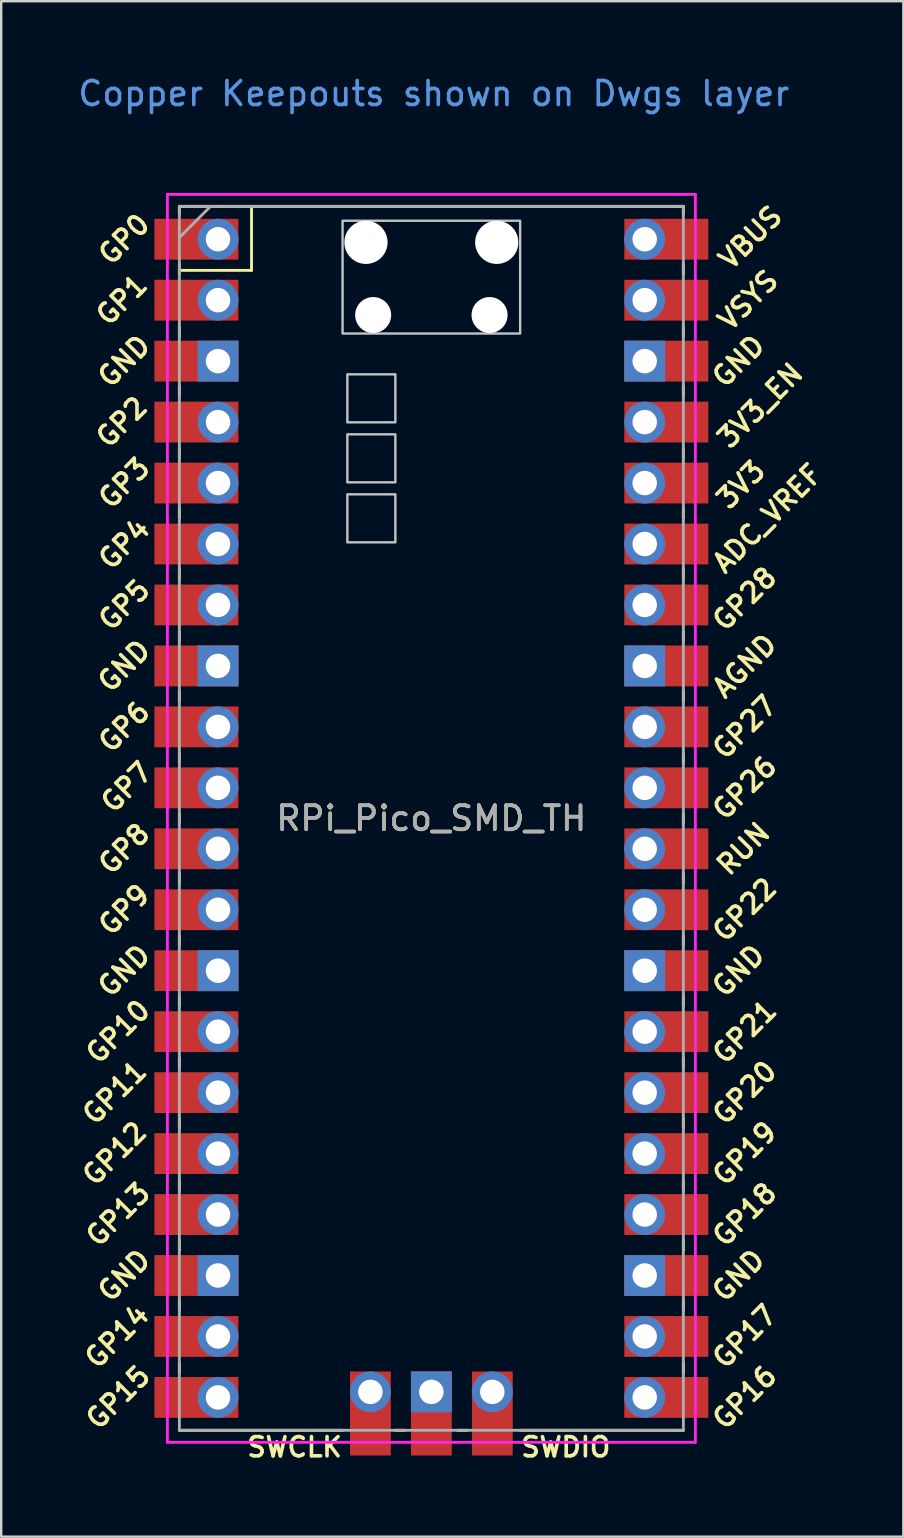
<source format=kicad_pcb>
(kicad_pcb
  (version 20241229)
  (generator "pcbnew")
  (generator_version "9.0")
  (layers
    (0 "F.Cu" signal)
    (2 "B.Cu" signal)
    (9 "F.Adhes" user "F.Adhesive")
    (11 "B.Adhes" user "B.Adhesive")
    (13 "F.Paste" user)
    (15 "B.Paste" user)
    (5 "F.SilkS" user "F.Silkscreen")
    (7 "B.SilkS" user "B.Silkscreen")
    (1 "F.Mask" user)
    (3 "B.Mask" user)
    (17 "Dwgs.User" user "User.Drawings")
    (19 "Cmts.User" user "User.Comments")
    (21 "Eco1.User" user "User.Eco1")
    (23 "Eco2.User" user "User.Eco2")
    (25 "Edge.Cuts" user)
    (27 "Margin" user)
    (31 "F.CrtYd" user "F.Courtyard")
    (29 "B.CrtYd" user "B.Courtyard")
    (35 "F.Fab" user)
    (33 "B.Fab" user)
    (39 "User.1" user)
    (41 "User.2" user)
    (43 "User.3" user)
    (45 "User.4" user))
  (footprint "RPi_Pico_SMD_TH"
    (layer "F.Cu")
    (at 14.924 31.048)
    (property "Reference" "RPi_Pico_SMD_TH" (at 0 0 0) (layer "F.SilkS") (effects (font (size 1 1) (thickness 0.15))))
    (attr through_hole)
    (fp_line (start -10.5 -25.5) (end -10.5 -25.2) (stroke (width 0.12) (type solid)) (layer "F.SilkS"))
    (fp_line (start -10.5 -25.5) (end 10.5 -25.5) (stroke (width 0.12) (type solid)) (layer "F.SilkS"))
    (fp_line (start -10.5 -23.1) (end -10.5 -22.7) (stroke (width 0.12) (type solid)) (layer "F.SilkS"))
    (fp_line (start -10.5 -22.833) (end -7.493 -22.833) (stroke (width 0.12) (type solid)) (layer "F.SilkS"))
    (fp_line (start -10.5 -20.5) (end -10.5 -20.1) (stroke (width 0.12) (type solid)) (layer "F.SilkS"))
    (fp_line (start -10.5 -18) (end -10.5 -17.6) (stroke (width 0.12) (type solid)) (layer "F.SilkS"))
    (fp_line (start -10.5 -15.4) (end -10.5 -15) (stroke (width 0.12) (type solid)) (layer "F.SilkS"))
    (fp_line (start -10.5 -12.9) (end -10.5 -12.5) (stroke (width 0.12) (type solid)) (layer "F.SilkS"))
    (fp_line (start -10.5 -10.4) (end -10.5 -10) (stroke (width 0.12) (type solid)) (layer "F.SilkS"))
    (fp_line (start -10.5 -7.8) (end -10.5 -7.4) (stroke (width 0.12) (type solid)) (layer "F.SilkS"))
    (fp_line (start -10.5 -5.3) (end -10.5 -4.9) (stroke (width 0.12) (type solid)) (layer "F.SilkS"))
    (fp_line (start -10.5 -2.7) (end -10.5 -2.3) (stroke (width 0.12) (type solid)) (layer "F.SilkS"))
    (fp_line (start -10.5 -0.2) (end -10.5 0.2) (stroke (width 0.12) (type solid)) (layer "F.SilkS"))
    (fp_line (start -10.5 2.3) (end -10.5 2.7) (stroke (width 0.12) (type solid)) (layer "F.SilkS"))
    (fp_line (start -10.5 4.9) (end -10.5 5.3) (stroke (width 0.12) (type solid)) (layer "F.SilkS"))
    (fp_line (start -10.5 7.4) (end -10.5 7.8) (stroke (width 0.12) (type solid)) (layer "F.SilkS"))
    (fp_line (start -10.5 10) (end -10.5 10.4) (stroke (width 0.12) (type solid)) (layer "F.SilkS"))
    (fp_line (start -10.5 12.5) (end -10.5 12.9) (stroke (width 0.12) (type solid)) (layer "F.SilkS"))
    (fp_line (start -10.5 15.1) (end -10.5 15.5) (stroke (width 0.12) (type solid)) (layer "F.SilkS"))
    (fp_line (start -10.5 17.6) (end -10.5 18) (stroke (width 0.12) (type solid)) (layer "F.SilkS"))
    (fp_line (start -10.5 20.1) (end -10.5 20.5) (stroke (width 0.12) (type solid)) (layer "F.SilkS"))
    (fp_line (start -10.5 22.7) (end -10.5 23.1) (stroke (width 0.12) (type solid)) (layer "F.SilkS"))
    (fp_line (start -7.493 -22.833) (end -7.493 -25.5) (stroke (width 0.12) (type solid)) (layer "F.SilkS"))
    (fp_line (start -3.7 25.5) (end -10.5 25.5) (stroke (width 0.12) (type solid)) (layer "F.SilkS"))
    (fp_line (start -1.5 25.5) (end -1.1 25.5) (stroke (width 0.12) (type solid)) (layer "F.SilkS"))
    (fp_line (start 1.1 25.5) (end 1.5 25.5) (stroke (width 0.12) (type solid)) (layer "F.SilkS"))
    (fp_line (start 10.5 -25.5) (end 10.5 -25.2) (stroke (width 0.12) (type solid)) (layer "F.SilkS"))
    (fp_line (start 10.5 -23.1) (end 10.5 -22.7) (stroke (width 0.12) (type solid)) (layer "F.SilkS"))
    (fp_line (start 10.5 -20.5) (end 10.5 -20.1) (stroke (width 0.12) (type solid)) (layer "F.SilkS"))
    (fp_line (start 10.5 -18) (end 10.5 -17.6) (stroke (width 0.12) (type solid)) (layer "F.SilkS"))
    (fp_line (start 10.5 -15.4) (end 10.5 -15) (stroke (width 0.12) (type solid)) (layer "F.SilkS"))
    (fp_line (start 10.5 -12.9) (end 10.5 -12.5) (stroke (width 0.12) (type solid)) (layer "F.SilkS"))
    (fp_line (start 10.5 -10.4) (end 10.5 -10) (stroke (width 0.12) (type solid)) (layer "F.SilkS"))
    (fp_line (start 10.5 -7.8) (end 10.5 -7.4) (stroke (width 0.12) (type solid)) (layer "F.SilkS"))
    (fp_line (start 10.5 -5.3) (end 10.5 -4.9) (stroke (width 0.12) (type solid)) (layer "F.SilkS"))
    (fp_line (start 10.5 -2.7) (end 10.5 -2.3) (stroke (width 0.12) (type solid)) (layer "F.SilkS"))
    (fp_line (start 10.5 -0.2) (end 10.5 0.2) (stroke (width 0.12) (type solid)) (layer "F.SilkS"))
    (fp_line (start 10.5 2.3) (end 10.5 2.7) (stroke (width 0.12) (type solid)) (layer "F.SilkS"))
    (fp_line (start 10.5 4.9) (end 10.5 5.3) (stroke (width 0.12) (type solid)) (layer "F.SilkS"))
    (fp_line (start 10.5 7.4) (end 10.5 7.8) (stroke (width 0.12) (type solid)) (layer "F.SilkS"))
    (fp_line (start 10.5 10) (end 10.5 10.4) (stroke (width 0.12) (type solid)) (layer "F.SilkS"))
    (fp_line (start 10.5 12.5) (end 10.5 12.9) (stroke (width 0.12) (type solid)) (layer "F.SilkS"))
    (fp_line (start 10.5 15.1) (end 10.5 15.5) (stroke (width 0.12) (type solid)) (layer "F.SilkS"))
    (fp_line (start 10.5 17.6) (end 10.5 18) (stroke (width 0.12) (type solid)) (layer "F.SilkS"))
    (fp_line (start 10.5 20.1) (end 10.5 20.5) (stroke (width 0.12) (type solid)) (layer "F.SilkS"))
    (fp_line (start 10.5 22.7) (end 10.5 23.1) (stroke (width 0.12) (type solid)) (layer "F.SilkS"))
    (fp_line (start 10.5 25.5) (end 3.7 25.5) (stroke (width 0.12) (type solid)) (layer "F.SilkS"))
    (fp_poly (pts (xy -1.5 -16.5) (xy -3.5 -16.5) (xy -3.5 -18.5) (xy -1.5 -18.5)) (stroke (width 0.1) (type solid)) (fill no) (layer "Dwgs.User"))
    (fp_poly (pts (xy -1.5 -14) (xy -3.5 -14) (xy -3.5 -16) (xy -1.5 -16)) (stroke (width 0.1) (type solid)) (fill no) (layer "Dwgs.User"))
    (fp_poly (pts (xy -1.5 -11.5) (xy -3.5 -11.5) (xy -3.5 -13.5) (xy -1.5 -13.5)) (stroke (width 0.1) (type solid)) (fill no) (layer "Dwgs.User"))
    (fp_poly (pts (xy 3.7 -20.2) (xy -3.7 -20.2) (xy -3.7 -24.9) (xy 3.7 -24.9)) (stroke (width 0.1) (type solid)) (fill no) (layer "Dwgs.User"))
    (fp_line (start -11 -26) (end 11 -26) (stroke (width 0.12) (type solid)) (layer "F.CrtYd"))
    (fp_line (start -11 26) (end -11 -26) (stroke (width 0.12) (type solid)) (layer "F.CrtYd"))
    (fp_line (start 11 -26) (end 11 26) (stroke (width 0.12) (type solid)) (layer "F.CrtYd"))
    (fp_line (start 11 26) (end -11 26) (stroke (width 0.12) (type solid)) (layer "F.CrtYd"))
    (fp_line (start -10.5 -25.5) (end 10.5 -25.5) (stroke (width 0.12) (type solid)) (layer "F.Fab"))
    (fp_line (start -10.5 -24.2) (end -9.2 -25.5) (stroke (width 0.12) (type solid)) (layer "F.Fab"))
    (fp_line (start -10.5 25.5) (end -10.5 -25.5) (stroke (width 0.12) (type solid)) (layer "F.Fab"))
    (fp_line (start 10.5 -25.5) (end 10.5 25.5) (stroke (width 0.12) (type solid)) (layer "F.Fab"))
    (fp_line (start 10.5 25.5) (end -10.5 25.5) (stroke (width 0.12) (type solid)) (layer "F.Fab"))
    (fp_text user "GP21" (at 13.054 8.9 45) (layer "F.SilkS") (effects (font (size 0.8 0.8) (thickness 0.15))))
    (fp_text user "GND" (at -12.8 19.05 45) (layer "F.SilkS") (effects (font (size 0.8 0.8) (thickness 0.15))))
    (fp_text user "GND" (at -12.8 -6.35 45) (layer "F.SilkS") (effects (font (size 0.8 0.8) (thickness 0.15))))
    (fp_text user "AGND" (at 13.054 -6.35 45) (layer "F.SilkS") (effects (font (size 0.8 0.8) (thickness 0.15))))
    (fp_text user "GP16" (at 13.054 24.13 45) (layer "F.SilkS") (effects (font (size 0.8 0.8) (thickness 0.15))))
    (fp_text user "VBUS" (at 13.3 -24.2 45) (layer "F.SilkS") (effects (font (size 0.8 0.8) (thickness 0.15))))
    (fp_text user "SWCLK" (at -5.7 26.2 0) (layer "F.SilkS") (effects (font (size 0.8 0.8) (thickness 0.15))))
    (fp_text user "GP11" (at -13.2 11.43 45) (layer "F.SilkS") (effects (font (size 0.8 0.8) (thickness 0.15))))
    (fp_text user "GP18" (at 13.054 16.51 45) (layer "F.SilkS") (effects (font (size 0.8 0.8) (thickness 0.15))))
    (fp_text user "3V3_EN" (at 13.7 -17.2 45) (layer "F.SilkS") (effects (font (size 0.8 0.8) (thickness 0.15))))
    (fp_text user "GP9" (at -12.8 3.81 45) (layer "F.SilkS") (effects (font (size 0.8 0.8) (thickness 0.15))))
    (fp_text user "ADC_VREF" (at 14 -12.5 45) (layer "F.SilkS") (effects (font (size 0.8 0.8) (thickness 0.15))))
    (fp_text user "GP12" (at -13.2 13.97 45) (layer "F.SilkS") (effects (font (size 0.8 0.8) (thickness 0.15))))
    (fp_text user "GND" (at -12.8 -19.05 45) (layer "F.SilkS") (effects (font (size 0.8 0.8) (thickness 0.15))))
    (fp_text user "GND" (at 12.8 6.35 45) (layer "F.SilkS") (effects (font (size 0.8 0.8) (thickness 0.15))))
    (fp_text user "GP28" (at 13.054 -9.144 45) (layer "F.SilkS") (effects (font (size 0.8 0.8) (thickness 0.15))))
    (fp_text user "GP7" (at -12.7 -1.3 45) (layer "F.SilkS") (effects (font (size 0.8 0.8) (thickness 0.15))))
    (fp_text user "GP19" (at 13.054 13.97 45) (layer "F.SilkS") (effects (font (size 0.8 0.8) (thickness 0.15))))
    (fp_text user "GP3" (at -12.8 -13.97 45) (layer "F.SilkS") (effects (font (size 0.8 0.8) (thickness 0.15))))
    (fp_text user "GP20" (at 13.054 11.43 45) (layer "F.SilkS") (effects (font (size 0.8 0.8) (thickness 0.15))))
    (fp_text user "SWDIO" (at 5.6 26.2 0) (layer "F.SilkS") (effects (font (size 0.8 0.8) (thickness 0.15))))
    (fp_text user "GP17" (at 13.054 21.59 45) (layer "F.SilkS") (effects (font (size 0.8 0.8) (thickness 0.15))))
    (fp_text user "GP4" (at -12.8 -11.43 45) (layer "F.SilkS") (effects (font (size 0.8 0.8) (thickness 0.15))))
    (fp_text user "GP13" (at -13.054 16.51 45) (layer "F.SilkS") (effects (font (size 0.8 0.8) (thickness 0.15))))
    (fp_text user "GP10" (at -13.054 8.89 45) (layer "F.SilkS") (effects (font (size 0.8 0.8) (thickness 0.15))))
    (fp_text user "GP22" (at 13.054 3.81 45) (layer "F.SilkS") (effects (font (size 0.8 0.8) (thickness 0.15))))
    (fp_text user "GP2" (at -12.9 -16.51 45) (layer "F.SilkS") (effects (font (size 0.8 0.8) (thickness 0.15))))
    (fp_text user "GND" (at -12.8 6.35 45) (layer "F.SilkS") (effects (font (size 0.8 0.8) (thickness 0.15))))
    (fp_text user "GP0" (at -12.8 -24.13 45) (layer "F.SilkS") (effects (font (size 0.8 0.8) (thickness 0.15))))
    (fp_text user "GP27" (at 13.054 -3.8 45) (layer "F.SilkS") (effects (font (size 0.8 0.8) (thickness 0.15))))
    (fp_text user "GP6" (at -12.8 -3.81 45) (layer "F.SilkS") (effects (font (size 0.8 0.8) (thickness 0.15))))
    (fp_text user "3V3" (at 12.9 -13.9 45) (layer "F.SilkS") (effects (font (size 0.8 0.8) (thickness 0.15))))
    (fp_text user "GND" (at 12.8 19.05 45) (layer "F.SilkS") (effects (font (size 0.8 0.8) (thickness 0.15))))
    (fp_text user "GP1" (at -12.9 -21.6 45) (layer "F.SilkS") (effects (font (size 0.8 0.8) (thickness 0.15))))
    (fp_text user "GP14" (at -13.1 21.59 45) (layer "F.SilkS") (effects (font (size 0.8 0.8) (thickness 0.15))))
    (fp_text user "GND" (at 12.8 -19.05 45) (layer "F.SilkS") (effects (font (size 0.8 0.8) (thickness 0.15))))
    (fp_text user "GP8" (at -12.8 1.27 45) (layer "F.SilkS") (effects (font (size 0.8 0.8) (thickness 0.15))))
    (fp_text user "VSYS" (at 13.2 -21.59 45) (layer "F.SilkS") (effects (font (size 0.8 0.8) (thickness 0.15))))
    (fp_text user "GP26" (at 13.054 -1.27 45) (layer "F.SilkS") (effects (font (size 0.8 0.8) (thickness 0.15))))
    (fp_text user "GP15" (at -13.054 24.13 45) (layer "F.SilkS") (effects (font (size 0.8 0.8) (thickness 0.15))))
    (fp_text user "GP5" (at -12.8 -8.89 45) (layer "F.SilkS") (effects (font (size 0.8 0.8) (thickness 0.15))))
    (fp_text user "RUN" (at 13 1.27 45) (layer "F.SilkS") (effects (font (size 0.8 0.8) (thickness 0.15))))
    (fp_text user "Copper Keepouts shown on Dwgs layer" (at 0.1 -30.2 0) (layer "Cmts.User") (effects (font (size 1 1) (thickness 0.15))))
    (fp_text user "${REFERENCE}" (at 0 0 180) (layer "F.Fab") (effects (font (size 1 1) (thickness 0.15))))
    (pad "" np_thru_hole oval (at -2.725 -24) (size 1.8 1.8) (drill 1.8) (layers "*.Cu" "*.Mask"))
    (pad "" np_thru_hole oval (at -2.425 -20.97) (size 1.5 1.5) (drill 1.5) (layers "*.Cu" "*.Mask"))
    (pad "" np_thru_hole oval (at 2.425 -20.97) (size 1.5 1.5) (drill 1.5) (layers "*.Cu" "*.Mask"))
    (pad "" np_thru_hole oval (at 2.725 -24) (size 1.8 1.8) (drill 1.8) (layers "*.Cu" "*.Mask"))
    (pad "1" thru_hole oval (at -8.89 -24.13) (size 1.7 1.7) (drill 1.02) (layers "*.Cu" "*.Mask"))
    (pad "1" smd rect (at -8.89 -24.13) (size 3.5 1.7) (drill (offset -0.9 0)) (layers "F.Cu" "F.Mask"))
    (pad "2" thru_hole oval (at -8.89 -21.59) (size 1.7 1.7) (drill 1.02) (layers "*.Cu" "*.Mask"))
    (pad "2" smd rect (at -8.89 -21.59) (size 3.5 1.7) (drill (offset -0.9 0)) (layers "F.Cu" "F.Mask"))
    (pad "3" thru_hole rect (at -8.89 -19.05) (size 1.7 1.7) (drill 1.02) (layers "*.Cu" "*.Mask"))
    (pad "3" smd rect (at -8.89 -19.05) (size 3.5 1.7) (drill (offset -0.9 0)) (layers "F.Cu" "F.Mask"))
    (pad "4" thru_hole oval (at -8.89 -16.51) (size 1.7 1.7) (drill 1.02) (layers "*.Cu" "*.Mask"))
    (pad "4" smd rect (at -8.89 -16.51) (size 3.5 1.7) (drill (offset -0.9 0)) (layers "F.Cu" "F.Mask"))
    (pad "5" thru_hole oval (at -8.89 -13.97) (size 1.7 1.7) (drill 1.02) (layers "*.Cu" "*.Mask"))
    (pad "5" smd rect (at -8.89 -13.97) (size 3.5 1.7) (drill (offset -0.9 0)) (layers "F.Cu" "F.Mask"))
    (pad "6" thru_hole oval (at -8.89 -11.43) (size 1.7 1.7) (drill 1.02) (layers "*.Cu" "*.Mask"))
    (pad "6" smd rect (at -8.89 -11.43) (size 3.5 1.7) (drill (offset -0.9 0)) (layers "F.Cu" "F.Mask"))
    (pad "7" thru_hole oval (at -8.89 -8.89) (size 1.7 1.7) (drill 1.02) (layers "*.Cu" "*.Mask"))
    (pad "7" smd rect (at -8.89 -8.89) (size 3.5 1.7) (drill (offset -0.9 0)) (layers "F.Cu" "F.Mask"))
    (pad "8" thru_hole rect (at -8.89 -6.35) (size 1.7 1.7) (drill 1.02) (layers "*.Cu" "*.Mask"))
    (pad "8" smd rect (at -8.89 -6.35) (size 3.5 1.7) (drill (offset -0.9 0)) (layers "F.Cu" "F.Mask"))
    (pad "9" thru_hole oval (at -8.89 -3.81) (size 1.7 1.7) (drill 1.02) (layers "*.Cu" "*.Mask"))
    (pad "9" smd rect (at -8.89 -3.81) (size 3.5 1.7) (drill (offset -0.9 0)) (layers "F.Cu" "F.Mask"))
    (pad "10" thru_hole oval (at -8.89 -1.27) (size 1.7 1.7) (drill 1.02) (layers "*.Cu" "*.Mask"))
    (pad "10" smd rect (at -8.89 -1.27) (size 3.5 1.7) (drill (offset -0.9 0)) (layers "F.Cu" "F.Mask"))
    (pad "11" thru_hole oval (at -8.89 1.27) (size 1.7 1.7) (drill 1.02) (layers "*.Cu" "*.Mask"))
    (pad "11" smd rect (at -8.89 1.27) (size 3.5 1.7) (drill (offset -0.9 0)) (layers "F.Cu" "F.Mask"))
    (pad "12" thru_hole oval (at -8.89 3.81) (size 1.7 1.7) (drill 1.02) (layers "*.Cu" "*.Mask"))
    (pad "12" smd rect (at -8.89 3.81) (size 3.5 1.7) (drill (offset -0.9 0)) (layers "F.Cu" "F.Mask"))
    (pad "13" thru_hole rect (at -8.89 6.35) (size 1.7 1.7) (drill 1.02) (layers "*.Cu" "*.Mask"))
    (pad "13" smd rect (at -8.89 6.35) (size 3.5 1.7) (drill (offset -0.9 0)) (layers "F.Cu" "F.Mask"))
    (pad "14" thru_hole oval (at -8.89 8.89) (size 1.7 1.7) (drill 1.02) (layers "*.Cu" "*.Mask"))
    (pad "14" smd rect (at -8.89 8.89) (size 3.5 1.7) (drill (offset -0.9 0)) (layers "F.Cu" "F.Mask"))
    (pad "15" thru_hole oval (at -8.89 11.43) (size 1.7 1.7) (drill 1.02) (layers "*.Cu" "*.Mask"))
    (pad "15" smd rect (at -8.89 11.43) (size 3.5 1.7) (drill (offset -0.9 0)) (layers "F.Cu" "F.Mask"))
    (pad "16" thru_hole oval (at -8.89 13.97) (size 1.7 1.7) (drill 1.02) (layers "*.Cu" "*.Mask"))
    (pad "16" smd rect (at -8.89 13.97) (size 3.5 1.7) (drill (offset -0.9 0)) (layers "F.Cu" "F.Mask"))
    (pad "17" thru_hole oval (at -8.89 16.51) (size 1.7 1.7) (drill 1.02) (layers "*.Cu" "*.Mask"))
    (pad "17" smd rect (at -8.89 16.51) (size 3.5 1.7) (drill (offset -0.9 0)) (layers "F.Cu" "F.Mask"))
    (pad "18" thru_hole rect (at -8.89 19.05) (size 1.7 1.7) (drill 1.02) (layers "*.Cu" "*.Mask"))
    (pad "18" smd rect (at -8.89 19.05) (size 3.5 1.7) (drill (offset -0.9 0)) (layers "F.Cu" "F.Mask"))
    (pad "19" thru_hole oval (at -8.89 21.59) (size 1.7 1.7) (drill 1.02) (layers "*.Cu" "*.Mask"))
    (pad "19" smd rect (at -8.89 21.59) (size 3.5 1.7) (drill (offset -0.9 0)) (layers "F.Cu" "F.Mask"))
    (pad "20" thru_hole oval (at -8.89 24.13) (size 1.7 1.7) (drill 1.02) (layers "*.Cu" "*.Mask"))
    (pad "20" smd rect (at -8.89 24.13) (size 3.5 1.7) (drill (offset -0.9 0)) (layers "F.Cu" "F.Mask"))
    (pad "21" thru_hole oval (at 8.89 24.13) (size 1.7 1.7) (drill 1.02) (layers "*.Cu" "*.Mask"))
    (pad "21" smd rect (at 8.89 24.13) (size 3.5 1.7) (drill (offset 0.9 0)) (layers "F.Cu" "F.Mask"))
    (pad "22" thru_hole oval (at 8.89 21.59) (size 1.7 1.7) (drill 1.02) (layers "*.Cu" "*.Mask"))
    (pad "22" smd rect (at 8.89 21.59) (size 3.5 1.7) (drill (offset 0.9 0)) (layers "F.Cu" "F.Mask"))
    (pad "23" thru_hole rect (at 8.89 19.05) (size 1.7 1.7) (drill 1.02) (layers "*.Cu" "*.Mask"))
    (pad "23" smd rect (at 8.89 19.05) (size 3.5 1.7) (drill (offset 0.9 0)) (layers "F.Cu" "F.Mask"))
    (pad "24" thru_hole oval (at 8.89 16.51) (size 1.7 1.7) (drill 1.02) (layers "*.Cu" "*.Mask"))
    (pad "24" smd rect (at 8.89 16.51) (size 3.5 1.7) (drill (offset 0.9 0)) (layers "F.Cu" "F.Mask"))
    (pad "25" thru_hole oval (at 8.89 13.97) (size 1.7 1.7) (drill 1.02) (layers "*.Cu" "*.Mask"))
    (pad "25" smd rect (at 8.89 13.97) (size 3.5 1.7) (drill (offset 0.9 0)) (layers "F.Cu" "F.Mask"))
    (pad "26" thru_hole oval (at 8.89 11.43) (size 1.7 1.7) (drill 1.02) (layers "*.Cu" "*.Mask"))
    (pad "26" smd rect (at 8.89 11.43) (size 3.5 1.7) (drill (offset 0.9 0)) (layers "F.Cu" "F.Mask"))
    (pad "27" thru_hole oval (at 8.89 8.89) (size 1.7 1.7) (drill 1.02) (layers "*.Cu" "*.Mask"))
    (pad "27" smd rect (at 8.89 8.89) (size 3.5 1.7) (drill (offset 0.9 0)) (layers "F.Cu" "F.Mask"))
    (pad "28" thru_hole rect (at 8.89 6.35) (size 1.7 1.7) (drill 1.02) (layers "*.Cu" "*.Mask"))
    (pad "28" smd rect (at 8.89 6.35) (size 3.5 1.7) (drill (offset 0.9 0)) (layers "F.Cu" "F.Mask"))
    (pad "29" thru_hole oval (at 8.89 3.81) (size 1.7 1.7) (drill 1.02) (layers "*.Cu" "*.Mask"))
    (pad "29" smd rect (at 8.89 3.81) (size 3.5 1.7) (drill (offset 0.9 0)) (layers "F.Cu" "F.Mask"))
    (pad "30" thru_hole oval (at 8.89 1.27) (size 1.7 1.7) (drill 1.02) (layers "*.Cu" "*.Mask"))
    (pad "30" smd rect (at 8.89 1.27) (size 3.5 1.7) (drill (offset 0.9 0)) (layers "F.Cu" "F.Mask"))
    (pad "31" thru_hole oval (at 8.89 -1.27) (size 1.7 1.7) (drill 1.02) (layers "*.Cu" "*.Mask"))
    (pad "31" smd rect (at 8.89 -1.27) (size 3.5 1.7) (drill (offset 0.9 0)) (layers "F.Cu" "F.Mask"))
    (pad "32" thru_hole oval (at 8.89 -3.81) (size 1.7 1.7) (drill 1.02) (layers "*.Cu" "*.Mask"))
    (pad "32" smd rect (at 8.89 -3.81) (size 3.5 1.7) (drill (offset 0.9 0)) (layers "F.Cu" "F.Mask"))
    (pad "33" thru_hole rect (at 8.89 -6.35) (size 1.7 1.7) (drill 1.02) (layers "*.Cu" "*.Mask"))
    (pad "33" smd rect (at 8.89 -6.35) (size 3.5 1.7) (drill (offset 0.9 0)) (layers "F.Cu" "F.Mask"))
    (pad "34" thru_hole oval (at 8.89 -8.89) (size 1.7 1.7) (drill 1.02) (layers "*.Cu" "*.Mask"))
    (pad "34" smd rect (at 8.89 -8.89) (size 3.5 1.7) (drill (offset 0.9 0)) (layers "F.Cu" "F.Mask"))
    (pad "35" thru_hole oval (at 8.89 -11.43) (size 1.7 1.7) (drill 1.02) (layers "*.Cu" "*.Mask"))
    (pad "35" smd rect (at 8.89 -11.43) (size 3.5 1.7) (drill (offset 0.9 0)) (layers "F.Cu" "F.Mask"))
    (pad "36" thru_hole oval (at 8.89 -13.97) (size 1.7 1.7) (drill 1.02) (layers "*.Cu" "*.Mask"))
    (pad "36" smd rect (at 8.89 -13.97) (size 3.5 1.7) (drill (offset 0.9 0)) (layers "F.Cu" "F.Mask"))
    (pad "37" thru_hole oval (at 8.89 -16.51) (size 1.7 1.7) (drill 1.02) (layers "*.Cu" "*.Mask"))
    (pad "37" smd rect (at 8.89 -16.51) (size 3.5 1.7) (drill (offset 0.9 0)) (layers "F.Cu" "F.Mask"))
    (pad "38" thru_hole rect (at 8.89 -19.05) (size 1.7 1.7) (drill 1.02) (layers "*.Cu" "*.Mask"))
    (pad "38" smd rect (at 8.89 -19.05) (size 3.5 1.7) (drill (offset 0.9 0)) (layers "F.Cu" "F.Mask"))
    (pad "39" thru_hole oval (at 8.89 -21.59) (size 1.7 1.7) (drill 1.02) (layers "*.Cu" "*.Mask"))
    (pad "39" smd rect (at 8.89 -21.59) (size 3.5 1.7) (drill (offset 0.9 0)) (layers "F.Cu" "F.Mask"))
    (pad "40" thru_hole oval (at 8.89 -24.13) (size 1.7 1.7) (drill 1.02) (layers "*.Cu" "*.Mask"))
    (pad "40" smd rect (at 8.89 -24.13) (size 3.5 1.7) (drill (offset 0.9 0)) (layers "F.Cu" "F.Mask"))
    (pad "41" thru_hole oval (at -2.54 23.9) (size 1.7 1.7) (drill 1.02) (layers "*.Cu" "*.Mask"))
    (pad "41" smd rect (at -2.54 23.9 90) (size 3.5 1.7) (drill (offset -0.9 0)) (layers "F.Cu" "F.Mask"))
    (pad "42" thru_hole rect (at 0 23.9) (size 1.7 1.7) (drill 1.02) (layers "*.Cu" "*.Mask"))
    (pad "42" smd rect (at 0 23.9 90) (size 3.5 1.7) (drill (offset -0.9 0)) (layers "F.Cu" "F.Mask"))
    (pad "43" thru_hole oval (at 2.54 23.9) (size 1.7 1.7) (drill 1.02) (layers "*.Cu" "*.Mask"))
    (pad "43" smd rect (at 2.54 23.9 90) (size 3.5 1.7) (drill (offset -0.9 0)) (layers "F.Cu" "F.Mask")))
  (gr_rect
    (start -3 -3)
    (end 34.591 60.98)
    (stroke (width 0.1) (type default))
    (fill no)
    (layer "Edge.Cuts")))
</source>
